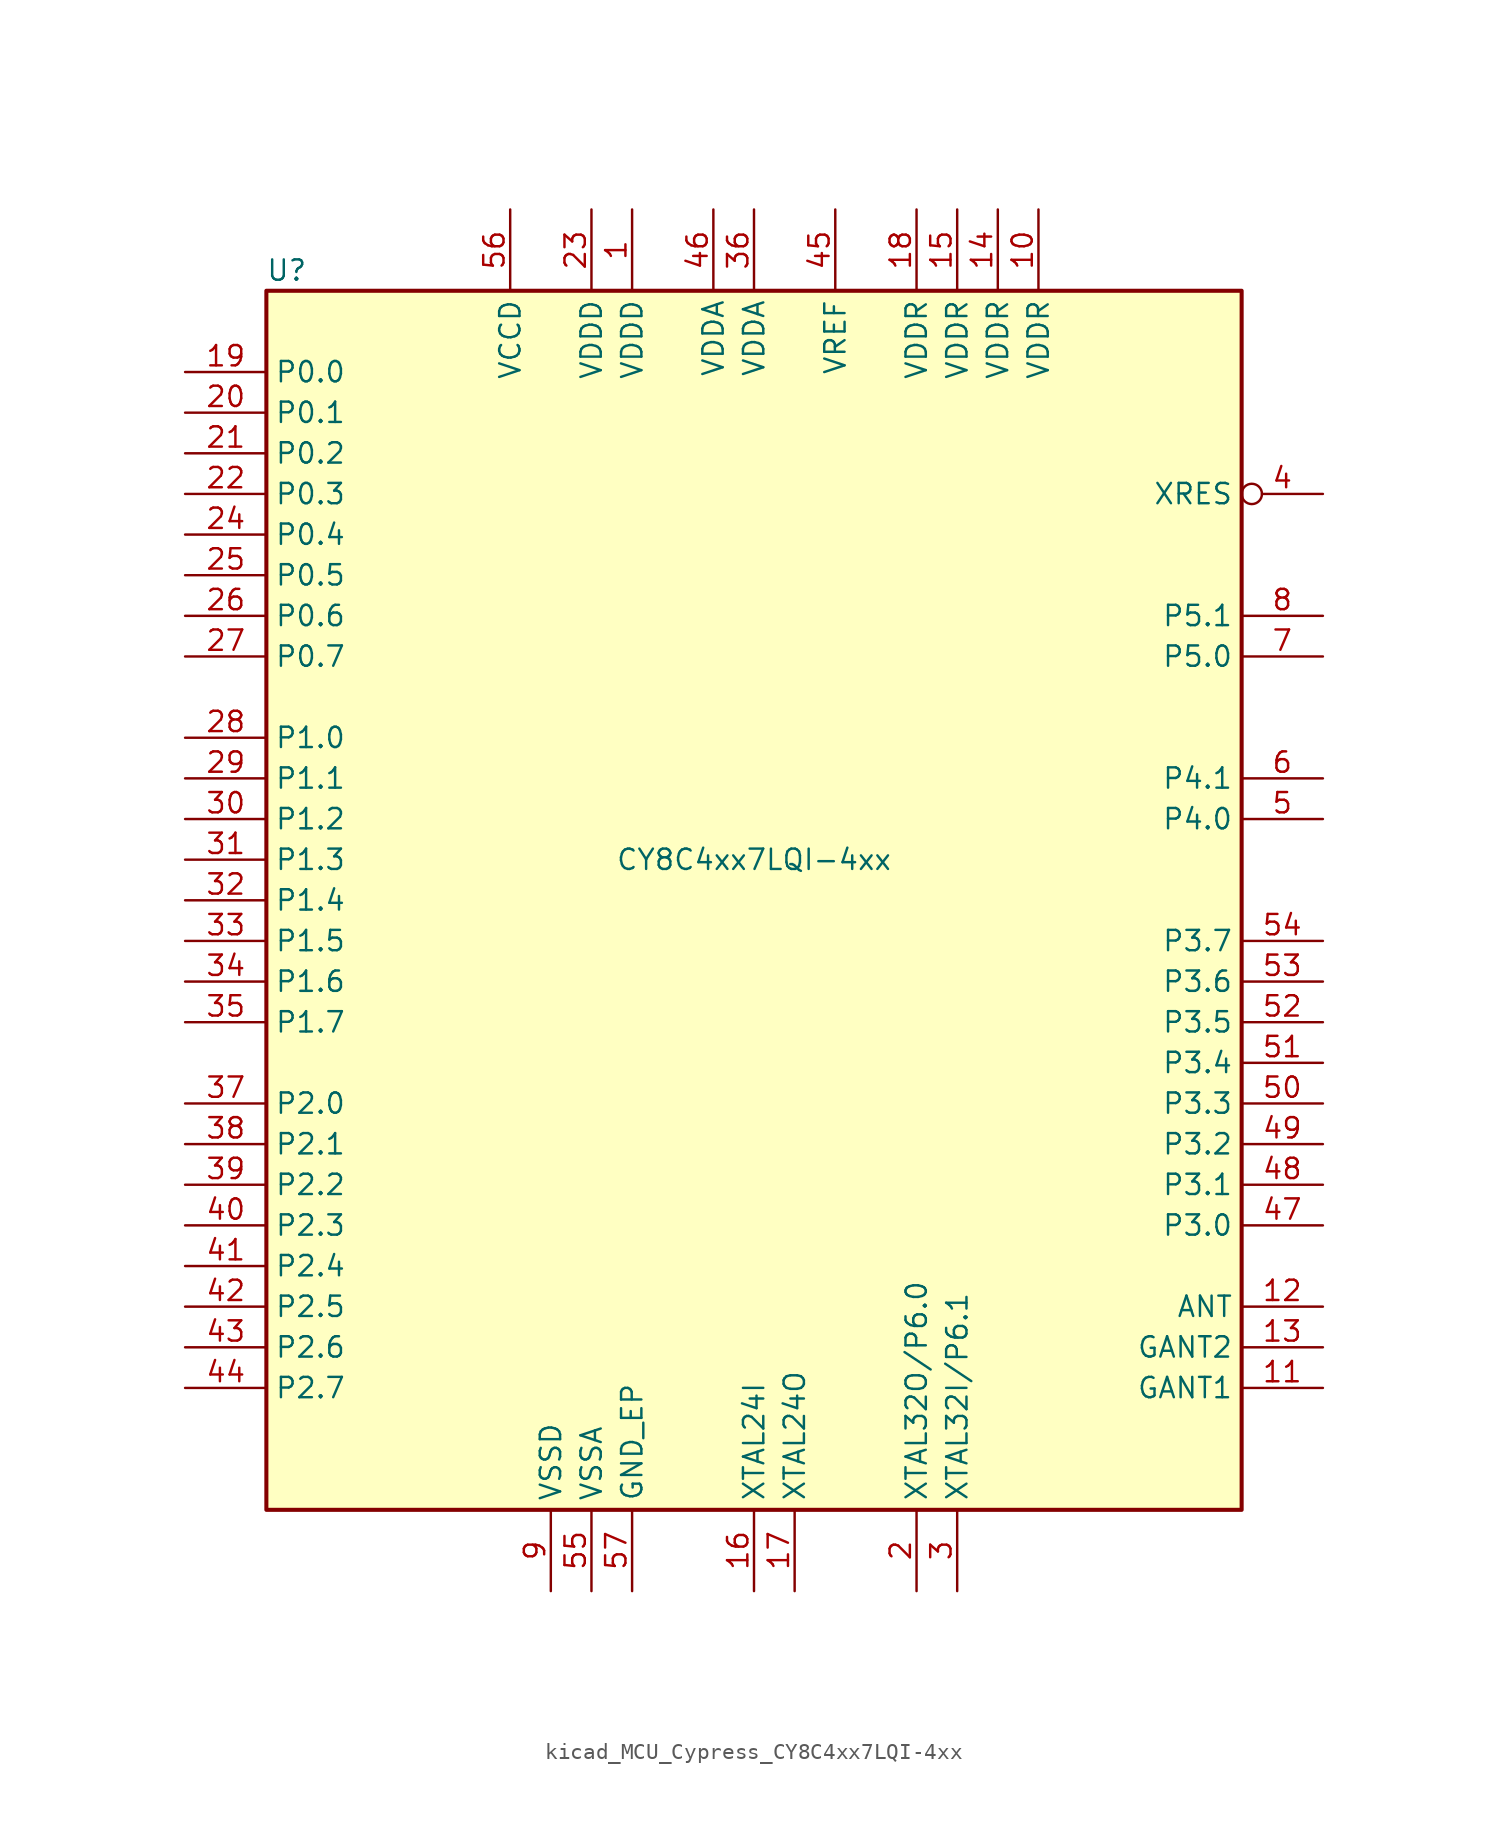
<source format=kicad_sym>
(kicad_symbol_lib
  (version 20220914)
  (generator kicad_symbol_editor)
  (symbol "kicad_MCU_Cypress_CY8C4xx7LQI-4xx"
    (property "Reference" "U"
      (at -29.21 39.37 0)
      (effects (font (size 1.27 1.27))))
    (property "Value" "CY8C4xx7LQI-4xx"
      (at 0 2.54 0)
      (effects (font (size 1.27 1.27))))
    (symbol "kicad_MCU_Cypress_CY8C4xx7LQI-4xx_1_0"
      (rectangle (start -30.48 -38.1) (end 30.48 38.1) (stroke (width 0.254) (type default)) (fill (type background))))
    (symbol "kicad_MCU_Cypress_CY8C4xx7LQI-4xx_1_1"
      (pin power_in line (at -7.62 43.18 270) (length 5.08) (name "VDDD" (effects (font (size 1.27 1.27)))) (number "1" (effects (font (size 1.27 1.27)))))
      (pin power_in line (at 17.78 43.18 270) (length 5.08) (name "VDDR" (effects (font (size 1.27 1.27)))) (number "10" (effects (font (size 1.27 1.27)))))
      (pin power_in line (at 35.56 -30.48 180) (length 5.08) (name "GANT1" (effects (font (size 1.27 1.27)))) (number "11" (effects (font (size 1.27 1.27)))))
      (pin output line (at 35.56 -25.4 180) (length 5.08) (name "ANT" (effects (font (size 1.27 1.27)))) (number "12" (effects (font (size 1.27 1.27)))))
      (pin power_in line (at 35.56 -27.94 180) (length 5.08) (name "GANT2" (effects (font (size 1.27 1.27)))) (number "13" (effects (font (size 1.27 1.27)))))
      (pin power_in line (at 15.24 43.18 270) (length 5.08) (name "VDDR" (effects (font (size 1.27 1.27)))) (number "14" (effects (font (size 1.27 1.27)))))
      (pin power_in line (at 12.7 43.18 270) (length 5.08) (name "VDDR" (effects (font (size 1.27 1.27)))) (number "15" (effects (font (size 1.27 1.27)))))
      (pin input line (at 0 -43.18 90) (length 5.08) (name "XTAL24I" (effects (font (size 1.27 1.27)))) (number "16" (effects (font (size 1.27 1.27)))))
      (pin output line (at 2.54 -43.18 90) (length 5.08) (name "XTAL24O" (effects (font (size 1.27 1.27)))) (number "17" (effects (font (size 1.27 1.27)))))
      (pin power_in line (at 10.16 43.18 270) (length 5.08) (name "VDDR" (effects (font (size 1.27 1.27)))) (number "18" (effects (font (size 1.27 1.27)))))
      (pin bidirectional line (at -35.56 33.02 0) (length 5.08) (name "P0.0" (effects (font (size 1.27 1.27)))) (number "19" (effects (font (size 1.27 1.27)))))
      (pin bidirectional line (at 10.16 -43.18 90) (length 5.08) (name "XTAL32O/P6.0" (effects (font (size 1.27 1.27)))) (number "2" (effects (font (size 1.27 1.27)))))
      (pin bidirectional line (at -35.56 30.48 0) (length 5.08) (name "P0.1" (effects (font (size 1.27 1.27)))) (number "20" (effects (font (size 1.27 1.27)))))
      (pin bidirectional line (at -35.56 27.94 0) (length 5.08) (name "P0.2" (effects (font (size 1.27 1.27)))) (number "21" (effects (font (size 1.27 1.27)))))
      (pin bidirectional line (at -35.56 25.4 0) (length 5.08) (name "P0.3" (effects (font (size 1.27 1.27)))) (number "22" (effects (font (size 1.27 1.27)))))
      (pin power_in line (at -10.16 43.18 270) (length 5.08) (name "VDDD" (effects (font (size 1.27 1.27)))) (number "23" (effects (font (size 1.27 1.27)))))
      (pin bidirectional line (at -35.56 22.86 0) (length 5.08) (name "P0.4" (effects (font (size 1.27 1.27)))) (number "24" (effects (font (size 1.27 1.27)))))
      (pin bidirectional line (at -35.56 20.32 0) (length 5.08) (name "P0.5" (effects (font (size 1.27 1.27)))) (number "25" (effects (font (size 1.27 1.27)))))
      (pin bidirectional line (at -35.56 17.78 0) (length 5.08) (name "P0.6" (effects (font (size 1.27 1.27)))) (number "26" (effects (font (size 1.27 1.27)))))
      (pin bidirectional line (at -35.56 15.24 0) (length 5.08) (name "P0.7" (effects (font (size 1.27 1.27)))) (number "27" (effects (font (size 1.27 1.27)))))
      (pin bidirectional line (at -35.56 10.16 0) (length 5.08) (name "P1.0" (effects (font (size 1.27 1.27)))) (number "28" (effects (font (size 1.27 1.27)))))
      (pin bidirectional line (at -35.56 7.62 0) (length 5.08) (name "P1.1" (effects (font (size 1.27 1.27)))) (number "29" (effects (font (size 1.27 1.27)))))
      (pin bidirectional line (at 12.7 -43.18 90) (length 5.08) (name "XTAL32I/P6.1" (effects (font (size 1.27 1.27)))) (number "3" (effects (font (size 1.27 1.27)))))
      (pin bidirectional line (at -35.56 5.08 0) (length 5.08) (name "P1.2" (effects (font (size 1.27 1.27)))) (number "30" (effects (font (size 1.27 1.27)))))
      (pin bidirectional line (at -35.56 2.54 0) (length 5.08) (name "P1.3" (effects (font (size 1.27 1.27)))) (number "31" (effects (font (size 1.27 1.27)))))
      (pin bidirectional line (at -35.56 0 0) (length 5.08) (name "P1.4" (effects (font (size 1.27 1.27)))) (number "32" (effects (font (size 1.27 1.27)))))
      (pin bidirectional line (at -35.56 -2.54 0) (length 5.08) (name "P1.5" (effects (font (size 1.27 1.27)))) (number "33" (effects (font (size 1.27 1.27)))))
      (pin bidirectional line (at -35.56 -5.08 0) (length 5.08) (name "P1.6" (effects (font (size 1.27 1.27)))) (number "34" (effects (font (size 1.27 1.27)))))
      (pin bidirectional line (at -35.56 -7.62 0) (length 5.08) (name "P1.7" (effects (font (size 1.27 1.27)))) (number "35" (effects (font (size 1.27 1.27)))))
      (pin power_in line (at 0 43.18 270) (length 5.08) (name "VDDA" (effects (font (size 1.27 1.27)))) (number "36" (effects (font (size 1.27 1.27)))))
      (pin bidirectional line (at -35.56 -12.7 0) (length 5.08) (name "P2.0" (effects (font (size 1.27 1.27)))) (number "37" (effects (font (size 1.27 1.27)))))
      (pin bidirectional line (at -35.56 -15.24 0) (length 5.08) (name "P2.1" (effects (font (size 1.27 1.27)))) (number "38" (effects (font (size 1.27 1.27)))))
      (pin bidirectional line (at -35.56 -17.78 0) (length 5.08) (name "P2.2" (effects (font (size 1.27 1.27)))) (number "39" (effects (font (size 1.27 1.27)))))
      (pin input inverted (at 35.56 25.4 180) (length 5.08) (name "XRES" (effects (font (size 1.27 1.27)))) (number "4" (effects (font (size 1.27 1.27)))))
      (pin bidirectional line (at -35.56 -20.32 0) (length 5.08) (name "P2.3" (effects (font (size 1.27 1.27)))) (number "40" (effects (font (size 1.27 1.27)))))
      (pin bidirectional line (at -35.56 -22.86 0) (length 5.08) (name "P2.4" (effects (font (size 1.27 1.27)))) (number "41" (effects (font (size 1.27 1.27)))))
      (pin bidirectional line (at -35.56 -25.4 0) (length 5.08) (name "P2.5" (effects (font (size 1.27 1.27)))) (number "42" (effects (font (size 1.27 1.27)))))
      (pin bidirectional line (at -35.56 -27.94 0) (length 5.08) (name "P2.6" (effects (font (size 1.27 1.27)))) (number "43" (effects (font (size 1.27 1.27)))))
      (pin bidirectional line (at -35.56 -30.48 0) (length 5.08) (name "P2.7" (effects (font (size 1.27 1.27)))) (number "44" (effects (font (size 1.27 1.27)))))
      (pin passive line (at 5.08 43.18 270) (length 5.08) (name "VREF" (effects (font (size 1.27 1.27)))) (number "45" (effects (font (size 1.27 1.27)))))
      (pin power_in line (at -2.54 43.18 270) (length 5.08) (name "VDDA" (effects (font (size 1.27 1.27)))) (number "46" (effects (font (size 1.27 1.27)))))
      (pin bidirectional line (at 35.56 -20.32 180) (length 5.08) (name "P3.0" (effects (font (size 1.27 1.27)))) (number "47" (effects (font (size 1.27 1.27)))))
      (pin bidirectional line (at 35.56 -17.78 180) (length 5.08) (name "P3.1" (effects (font (size 1.27 1.27)))) (number "48" (effects (font (size 1.27 1.27)))))
      (pin bidirectional line (at 35.56 -15.24 180) (length 5.08) (name "P3.2" (effects (font (size 1.27 1.27)))) (number "49" (effects (font (size 1.27 1.27)))))
      (pin bidirectional line (at 35.56 5.08 180) (length 5.08) (name "P4.0" (effects (font (size 1.27 1.27)))) (number "5" (effects (font (size 1.27 1.27)))))
      (pin bidirectional line (at 35.56 -12.7 180) (length 5.08) (name "P3.3" (effects (font (size 1.27 1.27)))) (number "50" (effects (font (size 1.27 1.27)))))
      (pin bidirectional line (at 35.56 -10.16 180) (length 5.08) (name "P3.4" (effects (font (size 1.27 1.27)))) (number "51" (effects (font (size 1.27 1.27)))))
      (pin bidirectional line (at 35.56 -7.62 180) (length 5.08) (name "P3.5" (effects (font (size 1.27 1.27)))) (number "52" (effects (font (size 1.27 1.27)))))
      (pin bidirectional line (at 35.56 -5.08 180) (length 5.08) (name "P3.6" (effects (font (size 1.27 1.27)))) (number "53" (effects (font (size 1.27 1.27)))))
      (pin bidirectional line (at 35.56 -2.54 180) (length 5.08) (name "P3.7" (effects (font (size 1.27 1.27)))) (number "54" (effects (font (size 1.27 1.27)))))
      (pin power_in line (at -10.16 -43.18 90) (length 5.08) (name "VSSA" (effects (font (size 1.27 1.27)))) (number "55" (effects (font (size 1.27 1.27)))))
      (pin power_out line (at -15.24 43.18 270) (length 5.08) (name "VCCD" (effects (font (size 1.27 1.27)))) (number "56" (effects (font (size 1.27 1.27)))))
      (pin power_in line (at -7.62 -43.18 90) (length 5.08) (name "GND_EP" (effects (font (size 1.27 1.27)))) (number "57" (effects (font (size 1.27 1.27)))))
      (pin bidirectional line (at 35.56 7.62 180) (length 5.08) (name "P4.1" (effects (font (size 1.27 1.27)))) (number "6" (effects (font (size 1.27 1.27)))))
      (pin bidirectional line (at 35.56 15.24 180) (length 5.08) (name "P5.0" (effects (font (size 1.27 1.27)))) (number "7" (effects (font (size 1.27 1.27)))))
      (pin bidirectional line (at 35.56 17.78 180) (length 5.08) (name "P5.1" (effects (font (size 1.27 1.27)))) (number "8" (effects (font (size 1.27 1.27)))))
      (pin power_in line (at -12.7 -43.18 90) (length 5.08) (name "VSSD" (effects (font (size 1.27 1.27)))) (number "9" (effects (font (size 1.27 1.27))))))))
</source>
